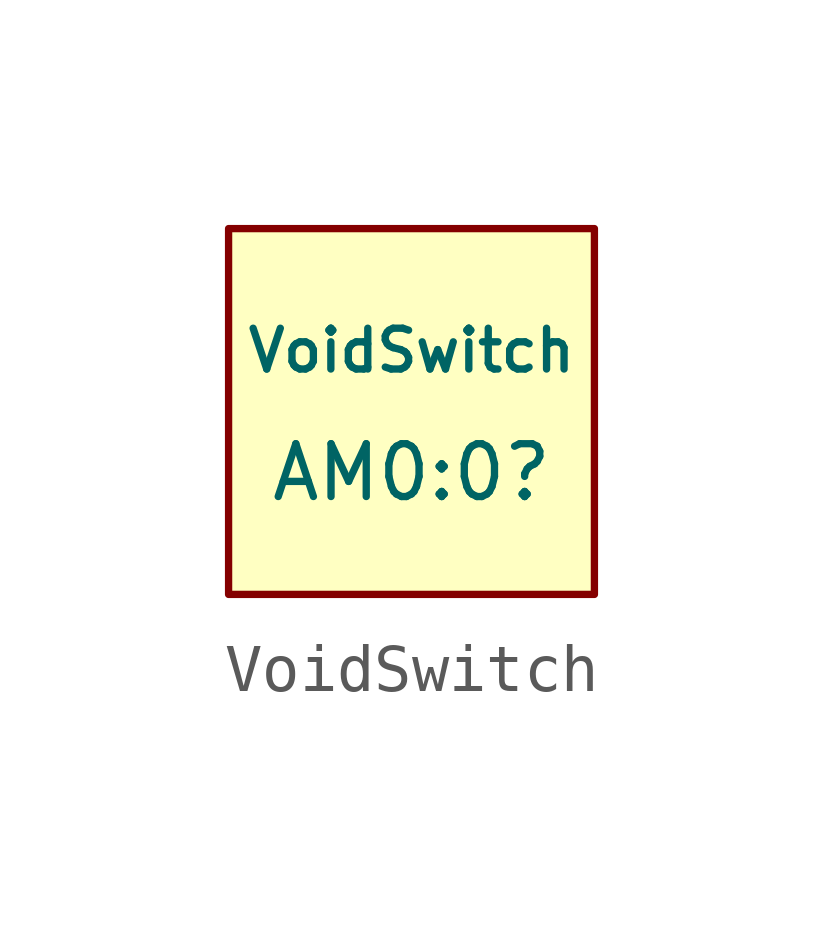
<source format=kicad_sym>
(kicad_symbol_lib
  (version 20220914)
  (generator kicad_symbol_editor)
  (symbol "VoidSwitch"
    (pin_names
      (offset 1.016))
    (property "Reference" "AM0:0"
      (at 0 -1.27 0)
      (effects (font (size 1.1 1.1))))
    (property "Value" "VoidSwitch"
      (at 0 1.27 0)
      (effects (font (size 0.85 0.85))))
    (symbol "VoidSwitch_0_1"
      (rectangle (start -3.81 3.81) (end 3.81 -3.81) (stroke (width 0) (type default)) (fill (type background))))))
</source>
